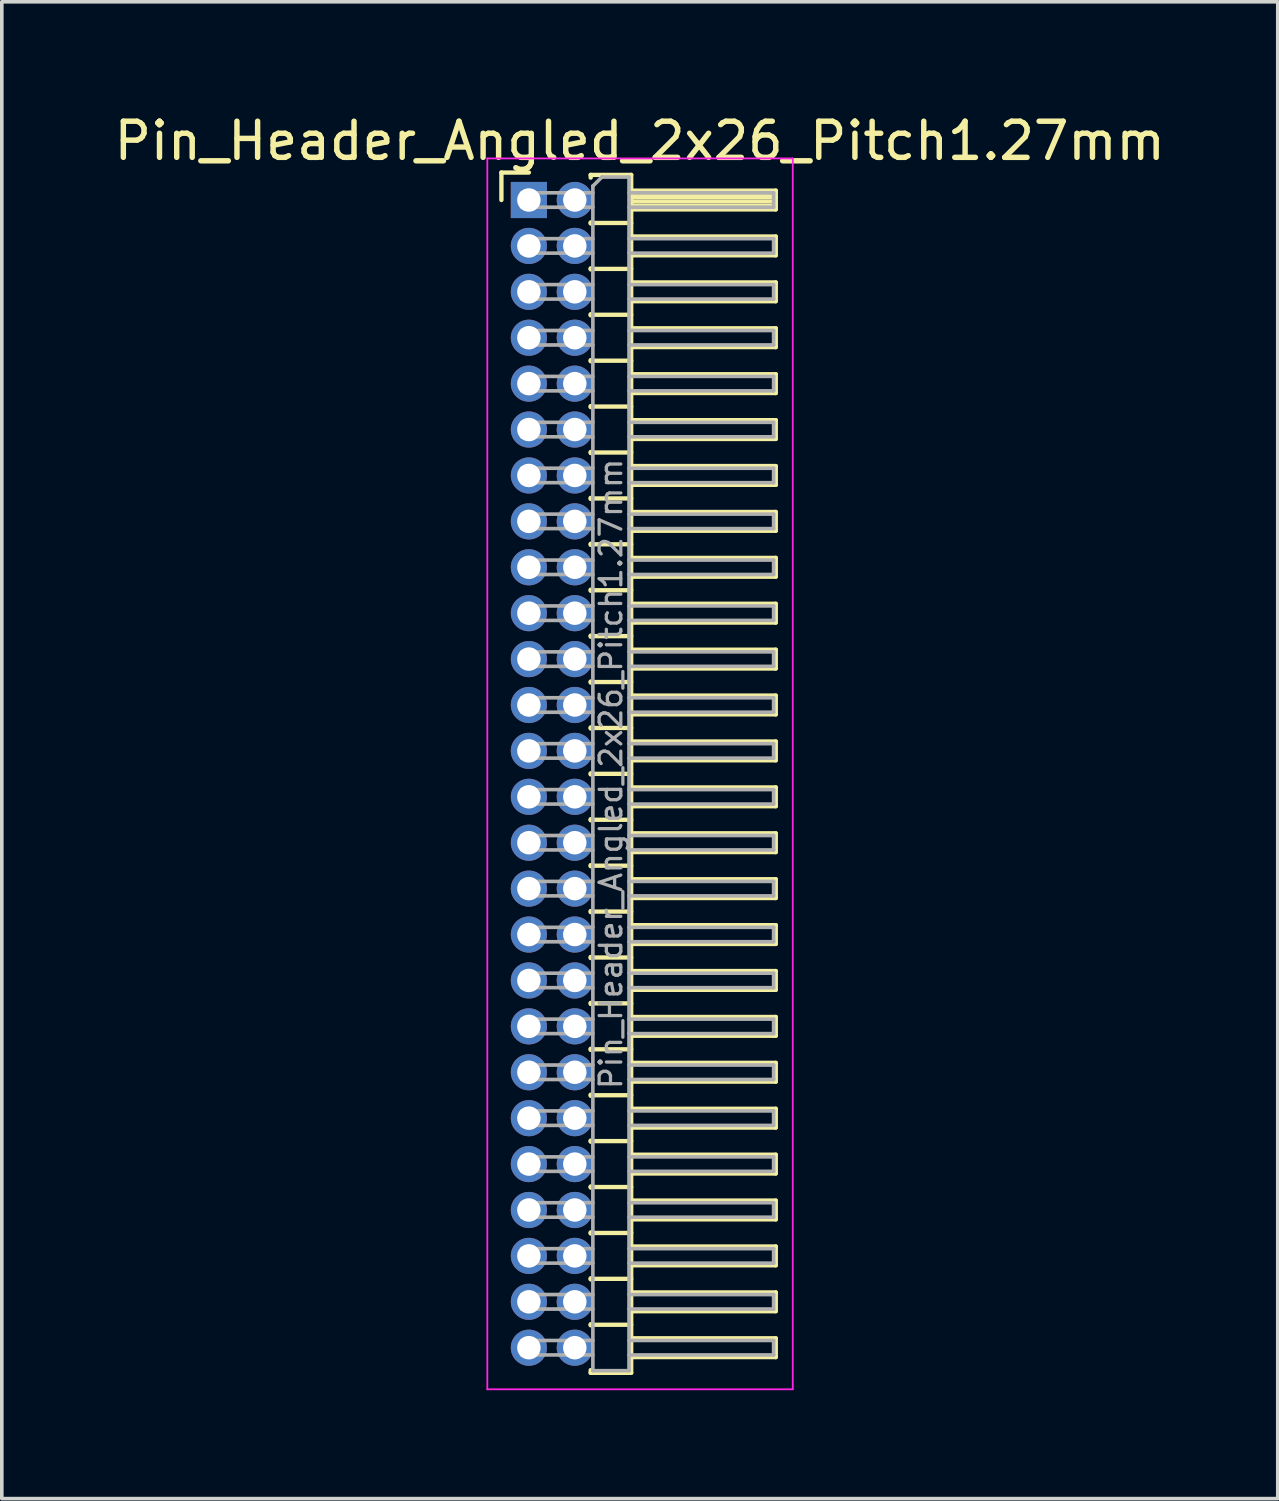
<source format=kicad_pcb>
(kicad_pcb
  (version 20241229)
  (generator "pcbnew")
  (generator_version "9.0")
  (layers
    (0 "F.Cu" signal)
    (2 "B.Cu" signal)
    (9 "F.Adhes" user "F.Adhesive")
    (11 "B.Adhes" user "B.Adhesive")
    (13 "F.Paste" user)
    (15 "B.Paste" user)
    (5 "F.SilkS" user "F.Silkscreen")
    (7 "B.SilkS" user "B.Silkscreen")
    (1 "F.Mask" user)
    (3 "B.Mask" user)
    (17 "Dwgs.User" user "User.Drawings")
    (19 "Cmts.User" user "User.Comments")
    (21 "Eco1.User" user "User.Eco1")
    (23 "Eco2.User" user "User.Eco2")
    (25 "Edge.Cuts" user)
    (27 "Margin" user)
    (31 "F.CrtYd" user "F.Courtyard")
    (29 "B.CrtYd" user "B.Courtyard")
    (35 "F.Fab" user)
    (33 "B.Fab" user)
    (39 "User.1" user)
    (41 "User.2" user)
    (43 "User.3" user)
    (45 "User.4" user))
  (footprint "Pin_Header_Angled_2x26_Pitch1.27mm"
    (layer "F.Cu")
    (at 11.581 2.483)
    (property "Reference" "Pin_Header_Angled_2x26_Pitch1.27mm" (at 3.067 -1.635 0) (layer "F.SilkS") (effects (font (size 1 1) (thickness 0.15))))
    (attr through_hole)
    (fp_line (start -0.76 -0.76) (end 0 -0.76) (stroke (width 0.12) (type solid)) (layer "F.SilkS"))
    (fp_line (start -0.76 0) (end -0.76 -0.76) (stroke (width 0.12) (type solid)) (layer "F.SilkS"))
    (fp_line (start 1.71 -0.695) (end 2.83 -0.695) (stroke (width 0.12) (type solid)) (layer "F.SilkS"))
    (fp_line (start 1.71 -0.62) (end 1.71 -0.695) (stroke (width 0.12) (type solid)) (layer "F.SilkS"))
    (fp_line (start 1.71 0.62) (end 1.71 0.65) (stroke (width 0.12) (type solid)) (layer "F.SilkS"))
    (fp_line (start 1.71 0.635) (end 2.83 0.635) (stroke (width 0.12) (type solid)) (layer "F.SilkS"))
    (fp_line (start 1.71 1.89) (end 1.71 1.92) (stroke (width 0.12) (type solid)) (layer "F.SilkS"))
    (fp_line (start 1.71 1.905) (end 2.83 1.905) (stroke (width 0.12) (type solid)) (layer "F.SilkS"))
    (fp_line (start 1.71 3.16) (end 1.71 3.19) (stroke (width 0.12) (type solid)) (layer "F.SilkS"))
    (fp_line (start 1.71 3.175) (end 2.83 3.175) (stroke (width 0.12) (type solid)) (layer "F.SilkS"))
    (fp_line (start 1.71 4.43) (end 1.71 4.46) (stroke (width 0.12) (type solid)) (layer "F.SilkS"))
    (fp_line (start 1.71 4.445) (end 2.83 4.445) (stroke (width 0.12) (type solid)) (layer "F.SilkS"))
    (fp_line (start 1.71 5.7) (end 1.71 5.73) (stroke (width 0.12) (type solid)) (layer "F.SilkS"))
    (fp_line (start 1.71 5.715) (end 2.83 5.715) (stroke (width 0.12) (type solid)) (layer "F.SilkS"))
    (fp_line (start 1.71 6.97) (end 1.71 7) (stroke (width 0.12) (type solid)) (layer "F.SilkS"))
    (fp_line (start 1.71 6.985) (end 2.83 6.985) (stroke (width 0.12) (type solid)) (layer "F.SilkS"))
    (fp_line (start 1.71 8.24) (end 1.71 8.27) (stroke (width 0.12) (type solid)) (layer "F.SilkS"))
    (fp_line (start 1.71 8.255) (end 2.83 8.255) (stroke (width 0.12) (type solid)) (layer "F.SilkS"))
    (fp_line (start 1.71 9.51) (end 1.71 9.54) (stroke (width 0.12) (type solid)) (layer "F.SilkS"))
    (fp_line (start 1.71 9.525) (end 2.83 9.525) (stroke (width 0.12) (type solid)) (layer "F.SilkS"))
    (fp_line (start 1.71 10.78) (end 1.71 10.81) (stroke (width 0.12) (type solid)) (layer "F.SilkS"))
    (fp_line (start 1.71 10.795) (end 2.83 10.795) (stroke (width 0.12) (type solid)) (layer "F.SilkS"))
    (fp_line (start 1.71 12.05) (end 1.71 12.08) (stroke (width 0.12) (type solid)) (layer "F.SilkS"))
    (fp_line (start 1.71 12.065) (end 2.83 12.065) (stroke (width 0.12) (type solid)) (layer "F.SilkS"))
    (fp_line (start 1.71 13.32) (end 1.71 13.35) (stroke (width 0.12) (type solid)) (layer "F.SilkS"))
    (fp_line (start 1.71 13.335) (end 2.83 13.335) (stroke (width 0.12) (type solid)) (layer "F.SilkS"))
    (fp_line (start 1.71 14.59) (end 1.71 14.62) (stroke (width 0.12) (type solid)) (layer "F.SilkS"))
    (fp_line (start 1.71 14.605) (end 2.83 14.605) (stroke (width 0.12) (type solid)) (layer "F.SilkS"))
    (fp_line (start 1.71 15.86) (end 1.71 15.89) (stroke (width 0.12) (type solid)) (layer "F.SilkS"))
    (fp_line (start 1.71 15.875) (end 2.83 15.875) (stroke (width 0.12) (type solid)) (layer "F.SilkS"))
    (fp_line (start 1.71 17.13) (end 1.71 17.16) (stroke (width 0.12) (type solid)) (layer "F.SilkS"))
    (fp_line (start 1.71 17.145) (end 2.83 17.145) (stroke (width 0.12) (type solid)) (layer "F.SilkS"))
    (fp_line (start 1.71 18.4) (end 1.71 18.43) (stroke (width 0.12) (type solid)) (layer "F.SilkS"))
    (fp_line (start 1.71 18.415) (end 2.83 18.415) (stroke (width 0.12) (type solid)) (layer "F.SilkS"))
    (fp_line (start 1.71 19.67) (end 1.71 19.7) (stroke (width 0.12) (type solid)) (layer "F.SilkS"))
    (fp_line (start 1.71 19.685) (end 2.83 19.685) (stroke (width 0.12) (type solid)) (layer "F.SilkS"))
    (fp_line (start 1.71 20.94) (end 1.71 20.97) (stroke (width 0.12) (type solid)) (layer "F.SilkS"))
    (fp_line (start 1.71 20.955) (end 2.83 20.955) (stroke (width 0.12) (type solid)) (layer "F.SilkS"))
    (fp_line (start 1.71 22.21) (end 1.71 22.24) (stroke (width 0.12) (type solid)) (layer "F.SilkS"))
    (fp_line (start 1.71 22.225) (end 2.83 22.225) (stroke (width 0.12) (type solid)) (layer "F.SilkS"))
    (fp_line (start 1.71 23.48) (end 1.71 23.51) (stroke (width 0.12) (type solid)) (layer "F.SilkS"))
    (fp_line (start 1.71 23.495) (end 2.83 23.495) (stroke (width 0.12) (type solid)) (layer "F.SilkS"))
    (fp_line (start 1.71 24.75) (end 1.71 24.78) (stroke (width 0.12) (type solid)) (layer "F.SilkS"))
    (fp_line (start 1.71 24.765) (end 2.83 24.765) (stroke (width 0.12) (type solid)) (layer "F.SilkS"))
    (fp_line (start 1.71 26.02) (end 1.71 26.05) (stroke (width 0.12) (type solid)) (layer "F.SilkS"))
    (fp_line (start 1.71 26.035) (end 2.83 26.035) (stroke (width 0.12) (type solid)) (layer "F.SilkS"))
    (fp_line (start 1.71 27.29) (end 1.71 27.32) (stroke (width 0.12) (type solid)) (layer "F.SilkS"))
    (fp_line (start 1.71 27.305) (end 2.83 27.305) (stroke (width 0.12) (type solid)) (layer "F.SilkS"))
    (fp_line (start 1.71 28.56) (end 1.71 28.59) (stroke (width 0.12) (type solid)) (layer "F.SilkS"))
    (fp_line (start 1.71 28.575) (end 2.83 28.575) (stroke (width 0.12) (type solid)) (layer "F.SilkS"))
    (fp_line (start 1.71 29.83) (end 1.71 29.86) (stroke (width 0.12) (type solid)) (layer "F.SilkS"))
    (fp_line (start 1.71 29.845) (end 2.83 29.845) (stroke (width 0.12) (type solid)) (layer "F.SilkS"))
    (fp_line (start 1.71 31.1) (end 1.71 31.13) (stroke (width 0.12) (type solid)) (layer "F.SilkS"))
    (fp_line (start 1.71 31.115) (end 2.83 31.115) (stroke (width 0.12) (type solid)) (layer "F.SilkS"))
    (fp_line (start 1.71 32.445) (end 1.71 32.37) (stroke (width 0.12) (type solid)) (layer "F.SilkS"))
    (fp_line (start 2.83 -0.695) (end 2.83 32.445) (stroke (width 0.12) (type solid)) (layer "F.SilkS"))
    (fp_line (start 2.83 -0.26) (end 6.83 -0.26) (stroke (width 0.12) (type solid)) (layer "F.SilkS"))
    (fp_line (start 2.83 -0.2) (end 6.83 -0.2) (stroke (width 0.12) (type solid)) (layer "F.SilkS"))
    (fp_line (start 2.83 -0.08) (end 6.83 -0.08) (stroke (width 0.12) (type solid)) (layer "F.SilkS"))
    (fp_line (start 2.83 0.04) (end 6.83 0.04) (stroke (width 0.12) (type solid)) (layer "F.SilkS"))
    (fp_line (start 2.83 0.16) (end 6.83 0.16) (stroke (width 0.12) (type solid)) (layer "F.SilkS"))
    (fp_line (start 2.83 1.01) (end 6.83 1.01) (stroke (width 0.12) (type solid)) (layer "F.SilkS"))
    (fp_line (start 2.83 2.28) (end 6.83 2.28) (stroke (width 0.12) (type solid)) (layer "F.SilkS"))
    (fp_line (start 2.83 3.55) (end 6.83 3.55) (stroke (width 0.12) (type solid)) (layer "F.SilkS"))
    (fp_line (start 2.83 4.82) (end 6.83 4.82) (stroke (width 0.12) (type solid)) (layer "F.SilkS"))
    (fp_line (start 2.83 6.09) (end 6.83 6.09) (stroke (width 0.12) (type solid)) (layer "F.SilkS"))
    (fp_line (start 2.83 7.36) (end 6.83 7.36) (stroke (width 0.12) (type solid)) (layer "F.SilkS"))
    (fp_line (start 2.83 8.63) (end 6.83 8.63) (stroke (width 0.12) (type solid)) (layer "F.SilkS"))
    (fp_line (start 2.83 9.9) (end 6.83 9.9) (stroke (width 0.12) (type solid)) (layer "F.SilkS"))
    (fp_line (start 2.83 11.17) (end 6.83 11.17) (stroke (width 0.12) (type solid)) (layer "F.SilkS"))
    (fp_line (start 2.83 12.44) (end 6.83 12.44) (stroke (width 0.12) (type solid)) (layer "F.SilkS"))
    (fp_line (start 2.83 13.71) (end 6.83 13.71) (stroke (width 0.12) (type solid)) (layer "F.SilkS"))
    (fp_line (start 2.83 14.98) (end 6.83 14.98) (stroke (width 0.12) (type solid)) (layer "F.SilkS"))
    (fp_line (start 2.83 16.25) (end 6.83 16.25) (stroke (width 0.12) (type solid)) (layer "F.SilkS"))
    (fp_line (start 2.83 17.52) (end 6.83 17.52) (stroke (width 0.12) (type solid)) (layer "F.SilkS"))
    (fp_line (start 2.83 18.79) (end 6.83 18.79) (stroke (width 0.12) (type solid)) (layer "F.SilkS"))
    (fp_line (start 2.83 20.06) (end 6.83 20.06) (stroke (width 0.12) (type solid)) (layer "F.SilkS"))
    (fp_line (start 2.83 21.33) (end 6.83 21.33) (stroke (width 0.12) (type solid)) (layer "F.SilkS"))
    (fp_line (start 2.83 22.6) (end 6.83 22.6) (stroke (width 0.12) (type solid)) (layer "F.SilkS"))
    (fp_line (start 2.83 23.87) (end 6.83 23.87) (stroke (width 0.12) (type solid)) (layer "F.SilkS"))
    (fp_line (start 2.83 25.14) (end 6.83 25.14) (stroke (width 0.12) (type solid)) (layer "F.SilkS"))
    (fp_line (start 2.83 26.41) (end 6.83 26.41) (stroke (width 0.12) (type solid)) (layer "F.SilkS"))
    (fp_line (start 2.83 27.68) (end 6.83 27.68) (stroke (width 0.12) (type solid)) (layer "F.SilkS"))
    (fp_line (start 2.83 28.95) (end 6.83 28.95) (stroke (width 0.12) (type solid)) (layer "F.SilkS"))
    (fp_line (start 2.83 30.22) (end 6.83 30.22) (stroke (width 0.12) (type solid)) (layer "F.SilkS"))
    (fp_line (start 2.83 31.49) (end 6.83 31.49) (stroke (width 0.12) (type solid)) (layer "F.SilkS"))
    (fp_line (start 2.83 32.445) (end 1.71 32.445) (stroke (width 0.12) (type solid)) (layer "F.SilkS"))
    (fp_line (start 6.83 -0.26) (end 6.83 0.26) (stroke (width 0.12) (type solid)) (layer "F.SilkS"))
    (fp_line (start 6.83 0.26) (end 2.83 0.26) (stroke (width 0.12) (type solid)) (layer "F.SilkS"))
    (fp_line (start 6.83 1.01) (end 6.83 1.53) (stroke (width 0.12) (type solid)) (layer "F.SilkS"))
    (fp_line (start 6.83 1.53) (end 2.83 1.53) (stroke (width 0.12) (type solid)) (layer "F.SilkS"))
    (fp_line (start 6.83 2.28) (end 6.83 2.8) (stroke (width 0.12) (type solid)) (layer "F.SilkS"))
    (fp_line (start 6.83 2.8) (end 2.83 2.8) (stroke (width 0.12) (type solid)) (layer "F.SilkS"))
    (fp_line (start 6.83 3.55) (end 6.83 4.07) (stroke (width 0.12) (type solid)) (layer "F.SilkS"))
    (fp_line (start 6.83 4.07) (end 2.83 4.07) (stroke (width 0.12) (type solid)) (layer "F.SilkS"))
    (fp_line (start 6.83 4.82) (end 6.83 5.34) (stroke (width 0.12) (type solid)) (layer "F.SilkS"))
    (fp_line (start 6.83 5.34) (end 2.83 5.34) (stroke (width 0.12) (type solid)) (layer "F.SilkS"))
    (fp_line (start 6.83 6.09) (end 6.83 6.61) (stroke (width 0.12) (type solid)) (layer "F.SilkS"))
    (fp_line (start 6.83 6.61) (end 2.83 6.61) (stroke (width 0.12) (type solid)) (layer "F.SilkS"))
    (fp_line (start 6.83 7.36) (end 6.83 7.88) (stroke (width 0.12) (type solid)) (layer "F.SilkS"))
    (fp_line (start 6.83 7.88) (end 2.83 7.88) (stroke (width 0.12) (type solid)) (layer "F.SilkS"))
    (fp_line (start 6.83 8.63) (end 6.83 9.15) (stroke (width 0.12) (type solid)) (layer "F.SilkS"))
    (fp_line (start 6.83 9.15) (end 2.83 9.15) (stroke (width 0.12) (type solid)) (layer "F.SilkS"))
    (fp_line (start 6.83 9.9) (end 6.83 10.42) (stroke (width 0.12) (type solid)) (layer "F.SilkS"))
    (fp_line (start 6.83 10.42) (end 2.83 10.42) (stroke (width 0.12) (type solid)) (layer "F.SilkS"))
    (fp_line (start 6.83 11.17) (end 6.83 11.69) (stroke (width 0.12) (type solid)) (layer "F.SilkS"))
    (fp_line (start 6.83 11.69) (end 2.83 11.69) (stroke (width 0.12) (type solid)) (layer "F.SilkS"))
    (fp_line (start 6.83 12.44) (end 6.83 12.96) (stroke (width 0.12) (type solid)) (layer "F.SilkS"))
    (fp_line (start 6.83 12.96) (end 2.83 12.96) (stroke (width 0.12) (type solid)) (layer "F.SilkS"))
    (fp_line (start 6.83 13.71) (end 6.83 14.23) (stroke (width 0.12) (type solid)) (layer "F.SilkS"))
    (fp_line (start 6.83 14.23) (end 2.83 14.23) (stroke (width 0.12) (type solid)) (layer "F.SilkS"))
    (fp_line (start 6.83 14.98) (end 6.83 15.5) (stroke (width 0.12) (type solid)) (layer "F.SilkS"))
    (fp_line (start 6.83 15.5) (end 2.83 15.5) (stroke (width 0.12) (type solid)) (layer "F.SilkS"))
    (fp_line (start 6.83 16.25) (end 6.83 16.77) (stroke (width 0.12) (type solid)) (layer "F.SilkS"))
    (fp_line (start 6.83 16.77) (end 2.83 16.77) (stroke (width 0.12) (type solid)) (layer "F.SilkS"))
    (fp_line (start 6.83 17.52) (end 6.83 18.04) (stroke (width 0.12) (type solid)) (layer "F.SilkS"))
    (fp_line (start 6.83 18.04) (end 2.83 18.04) (stroke (width 0.12) (type solid)) (layer "F.SilkS"))
    (fp_line (start 6.83 18.79) (end 6.83 19.31) (stroke (width 0.12) (type solid)) (layer "F.SilkS"))
    (fp_line (start 6.83 19.31) (end 2.83 19.31) (stroke (width 0.12) (type solid)) (layer "F.SilkS"))
    (fp_line (start 6.83 20.06) (end 6.83 20.58) (stroke (width 0.12) (type solid)) (layer "F.SilkS"))
    (fp_line (start 6.83 20.58) (end 2.83 20.58) (stroke (width 0.12) (type solid)) (layer "F.SilkS"))
    (fp_line (start 6.83 21.33) (end 6.83 21.85) (stroke (width 0.12) (type solid)) (layer "F.SilkS"))
    (fp_line (start 6.83 21.85) (end 2.83 21.85) (stroke (width 0.12) (type solid)) (layer "F.SilkS"))
    (fp_line (start 6.83 22.6) (end 6.83 23.12) (stroke (width 0.12) (type solid)) (layer "F.SilkS"))
    (fp_line (start 6.83 23.12) (end 2.83 23.12) (stroke (width 0.12) (type solid)) (layer "F.SilkS"))
    (fp_line (start 6.83 23.87) (end 6.83 24.39) (stroke (width 0.12) (type solid)) (layer "F.SilkS"))
    (fp_line (start 6.83 24.39) (end 2.83 24.39) (stroke (width 0.12) (type solid)) (layer "F.SilkS"))
    (fp_line (start 6.83 25.14) (end 6.83 25.66) (stroke (width 0.12) (type solid)) (layer "F.SilkS"))
    (fp_line (start 6.83 25.66) (end 2.83 25.66) (stroke (width 0.12) (type solid)) (layer "F.SilkS"))
    (fp_line (start 6.83 26.41) (end 6.83 26.93) (stroke (width 0.12) (type solid)) (layer "F.SilkS"))
    (fp_line (start 6.83 26.93) (end 2.83 26.93) (stroke (width 0.12) (type solid)) (layer "F.SilkS"))
    (fp_line (start 6.83 27.68) (end 6.83 28.2) (stroke (width 0.12) (type solid)) (layer "F.SilkS"))
    (fp_line (start 6.83 28.2) (end 2.83 28.2) (stroke (width 0.12) (type solid)) (layer "F.SilkS"))
    (fp_line (start 6.83 28.95) (end 6.83 29.47) (stroke (width 0.12) (type solid)) (layer "F.SilkS"))
    (fp_line (start 6.83 29.47) (end 2.83 29.47) (stroke (width 0.12) (type solid)) (layer "F.SilkS"))
    (fp_line (start 6.83 30.22) (end 6.83 30.74) (stroke (width 0.12) (type solid)) (layer "F.SilkS"))
    (fp_line (start 6.83 30.74) (end 2.83 30.74) (stroke (width 0.12) (type solid)) (layer "F.SilkS"))
    (fp_line (start 6.83 31.49) (end 6.83 32.01) (stroke (width 0.12) (type solid)) (layer "F.SilkS"))
    (fp_line (start 6.83 32.01) (end 2.83 32.01) (stroke (width 0.12) (type solid)) (layer "F.SilkS"))
    (fp_line (start -1.15 -1.15) (end -1.15 32.9) (stroke (width 0.05) (type solid)) (layer "F.CrtYd"))
    (fp_line (start -1.15 32.9) (end 7.3 32.9) (stroke (width 0.05) (type solid)) (layer "F.CrtYd"))
    (fp_line (start 7.3 -1.15) (end -1.15 -1.15) (stroke (width 0.05) (type solid)) (layer "F.CrtYd"))
    (fp_line (start 7.3 32.9) (end 7.3 -1.15) (stroke (width 0.05) (type solid)) (layer "F.CrtYd"))
    (fp_line (start -0.2 -0.2) (end -0.2 0.2) (stroke (width 0.1) (type solid)) (layer "F.Fab"))
    (fp_line (start -0.2 -0.2) (end 1.77 -0.2) (stroke (width 0.1) (type solid)) (layer "F.Fab"))
    (fp_line (start -0.2 0.2) (end 1.77 0.2) (stroke (width 0.1) (type solid)) (layer "F.Fab"))
    (fp_line (start -0.2 1.07) (end -0.2 1.47) (stroke (width 0.1) (type solid)) (layer "F.Fab"))
    (fp_line (start -0.2 1.07) (end 1.77 1.07) (stroke (width 0.1) (type solid)) (layer "F.Fab"))
    (fp_line (start -0.2 1.47) (end 1.77 1.47) (stroke (width 0.1) (type solid)) (layer "F.Fab"))
    (fp_line (start -0.2 2.34) (end -0.2 2.74) (stroke (width 0.1) (type solid)) (layer "F.Fab"))
    (fp_line (start -0.2 2.34) (end 1.77 2.34) (stroke (width 0.1) (type solid)) (layer "F.Fab"))
    (fp_line (start -0.2 2.74) (end 1.77 2.74) (stroke (width 0.1) (type solid)) (layer "F.Fab"))
    (fp_line (start -0.2 3.61) (end -0.2 4.01) (stroke (width 0.1) (type solid)) (layer "F.Fab"))
    (fp_line (start -0.2 3.61) (end 1.77 3.61) (stroke (width 0.1) (type solid)) (layer "F.Fab"))
    (fp_line (start -0.2 4.01) (end 1.77 4.01) (stroke (width 0.1) (type solid)) (layer "F.Fab"))
    (fp_line (start -0.2 4.88) (end -0.2 5.28) (stroke (width 0.1) (type solid)) (layer "F.Fab"))
    (fp_line (start -0.2 4.88) (end 1.77 4.88) (stroke (width 0.1) (type solid)) (layer "F.Fab"))
    (fp_line (start -0.2 5.28) (end 1.77 5.28) (stroke (width 0.1) (type solid)) (layer "F.Fab"))
    (fp_line (start -0.2 6.15) (end -0.2 6.55) (stroke (width 0.1) (type solid)) (layer "F.Fab"))
    (fp_line (start -0.2 6.15) (end 1.77 6.15) (stroke (width 0.1) (type solid)) (layer "F.Fab"))
    (fp_line (start -0.2 6.55) (end 1.77 6.55) (stroke (width 0.1) (type solid)) (layer "F.Fab"))
    (fp_line (start -0.2 7.42) (end -0.2 7.82) (stroke (width 0.1) (type solid)) (layer "F.Fab"))
    (fp_line (start -0.2 7.42) (end 1.77 7.42) (stroke (width 0.1) (type solid)) (layer "F.Fab"))
    (fp_line (start -0.2 7.82) (end 1.77 7.82) (stroke (width 0.1) (type solid)) (layer "F.Fab"))
    (fp_line (start -0.2 8.69) (end -0.2 9.09) (stroke (width 0.1) (type solid)) (layer "F.Fab"))
    (fp_line (start -0.2 8.69) (end 1.77 8.69) (stroke (width 0.1) (type solid)) (layer "F.Fab"))
    (fp_line (start -0.2 9.09) (end 1.77 9.09) (stroke (width 0.1) (type solid)) (layer "F.Fab"))
    (fp_line (start -0.2 9.96) (end -0.2 10.36) (stroke (width 0.1) (type solid)) (layer "F.Fab"))
    (fp_line (start -0.2 9.96) (end 1.77 9.96) (stroke (width 0.1) (type solid)) (layer "F.Fab"))
    (fp_line (start -0.2 10.36) (end 1.77 10.36) (stroke (width 0.1) (type solid)) (layer "F.Fab"))
    (fp_line (start -0.2 11.23) (end -0.2 11.63) (stroke (width 0.1) (type solid)) (layer "F.Fab"))
    (fp_line (start -0.2 11.23) (end 1.77 11.23) (stroke (width 0.1) (type solid)) (layer "F.Fab"))
    (fp_line (start -0.2 11.63) (end 1.77 11.63) (stroke (width 0.1) (type solid)) (layer "F.Fab"))
    (fp_line (start -0.2 12.5) (end -0.2 12.9) (stroke (width 0.1) (type solid)) (layer "F.Fab"))
    (fp_line (start -0.2 12.5) (end 1.77 12.5) (stroke (width 0.1) (type solid)) (layer "F.Fab"))
    (fp_line (start -0.2 12.9) (end 1.77 12.9) (stroke (width 0.1) (type solid)) (layer "F.Fab"))
    (fp_line (start -0.2 13.77) (end -0.2 14.17) (stroke (width 0.1) (type solid)) (layer "F.Fab"))
    (fp_line (start -0.2 13.77) (end 1.77 13.77) (stroke (width 0.1) (type solid)) (layer "F.Fab"))
    (fp_line (start -0.2 14.17) (end 1.77 14.17) (stroke (width 0.1) (type solid)) (layer "F.Fab"))
    (fp_line (start -0.2 15.04) (end -0.2 15.44) (stroke (width 0.1) (type solid)) (layer "F.Fab"))
    (fp_line (start -0.2 15.04) (end 1.77 15.04) (stroke (width 0.1) (type solid)) (layer "F.Fab"))
    (fp_line (start -0.2 15.44) (end 1.77 15.44) (stroke (width 0.1) (type solid)) (layer "F.Fab"))
    (fp_line (start -0.2 16.31) (end -0.2 16.71) (stroke (width 0.1) (type solid)) (layer "F.Fab"))
    (fp_line (start -0.2 16.31) (end 1.77 16.31) (stroke (width 0.1) (type solid)) (layer "F.Fab"))
    (fp_line (start -0.2 16.71) (end 1.77 16.71) (stroke (width 0.1) (type solid)) (layer "F.Fab"))
    (fp_line (start -0.2 17.58) (end -0.2 17.98) (stroke (width 0.1) (type solid)) (layer "F.Fab"))
    (fp_line (start -0.2 17.58) (end 1.77 17.58) (stroke (width 0.1) (type solid)) (layer "F.Fab"))
    (fp_line (start -0.2 17.98) (end 1.77 17.98) (stroke (width 0.1) (type solid)) (layer "F.Fab"))
    (fp_line (start -0.2 18.85) (end -0.2 19.25) (stroke (width 0.1) (type solid)) (layer "F.Fab"))
    (fp_line (start -0.2 18.85) (end 1.77 18.85) (stroke (width 0.1) (type solid)) (layer "F.Fab"))
    (fp_line (start -0.2 19.25) (end 1.77 19.25) (stroke (width 0.1) (type solid)) (layer "F.Fab"))
    (fp_line (start -0.2 20.12) (end -0.2 20.52) (stroke (width 0.1) (type solid)) (layer "F.Fab"))
    (fp_line (start -0.2 20.12) (end 1.77 20.12) (stroke (width 0.1) (type solid)) (layer "F.Fab"))
    (fp_line (start -0.2 20.52) (end 1.77 20.52) (stroke (width 0.1) (type solid)) (layer "F.Fab"))
    (fp_line (start -0.2 21.39) (end -0.2 21.79) (stroke (width 0.1) (type solid)) (layer "F.Fab"))
    (fp_line (start -0.2 21.39) (end 1.77 21.39) (stroke (width 0.1) (type solid)) (layer "F.Fab"))
    (fp_line (start -0.2 21.79) (end 1.77 21.79) (stroke (width 0.1) (type solid)) (layer "F.Fab"))
    (fp_line (start -0.2 22.66) (end -0.2 23.06) (stroke (width 0.1) (type solid)) (layer "F.Fab"))
    (fp_line (start -0.2 22.66) (end 1.77 22.66) (stroke (width 0.1) (type solid)) (layer "F.Fab"))
    (fp_line (start -0.2 23.06) (end 1.77 23.06) (stroke (width 0.1) (type solid)) (layer "F.Fab"))
    (fp_line (start -0.2 23.93) (end -0.2 24.33) (stroke (width 0.1) (type solid)) (layer "F.Fab"))
    (fp_line (start -0.2 23.93) (end 1.77 23.93) (stroke (width 0.1) (type solid)) (layer "F.Fab"))
    (fp_line (start -0.2 24.33) (end 1.77 24.33) (stroke (width 0.1) (type solid)) (layer "F.Fab"))
    (fp_line (start -0.2 25.2) (end -0.2 25.6) (stroke (width 0.1) (type solid)) (layer "F.Fab"))
    (fp_line (start -0.2 25.2) (end 1.77 25.2) (stroke (width 0.1) (type solid)) (layer "F.Fab"))
    (fp_line (start -0.2 25.6) (end 1.77 25.6) (stroke (width 0.1) (type solid)) (layer "F.Fab"))
    (fp_line (start -0.2 26.47) (end -0.2 26.87) (stroke (width 0.1) (type solid)) (layer "F.Fab"))
    (fp_line (start -0.2 26.47) (end 1.77 26.47) (stroke (width 0.1) (type solid)) (layer "F.Fab"))
    (fp_line (start -0.2 26.87) (end 1.77 26.87) (stroke (width 0.1) (type solid)) (layer "F.Fab"))
    (fp_line (start -0.2 27.74) (end -0.2 28.14) (stroke (width 0.1) (type solid)) (layer "F.Fab"))
    (fp_line (start -0.2 27.74) (end 1.77 27.74) (stroke (width 0.1) (type solid)) (layer "F.Fab"))
    (fp_line (start -0.2 28.14) (end 1.77 28.14) (stroke (width 0.1) (type solid)) (layer "F.Fab"))
    (fp_line (start -0.2 29.01) (end -0.2 29.41) (stroke (width 0.1) (type solid)) (layer "F.Fab"))
    (fp_line (start -0.2 29.01) (end 1.77 29.01) (stroke (width 0.1) (type solid)) (layer "F.Fab"))
    (fp_line (start -0.2 29.41) (end 1.77 29.41) (stroke (width 0.1) (type solid)) (layer "F.Fab"))
    (fp_line (start -0.2 30.28) (end -0.2 30.68) (stroke (width 0.1) (type solid)) (layer "F.Fab"))
    (fp_line (start -0.2 30.28) (end 1.77 30.28) (stroke (width 0.1) (type solid)) (layer "F.Fab"))
    (fp_line (start -0.2 30.68) (end 1.77 30.68) (stroke (width 0.1) (type solid)) (layer "F.Fab"))
    (fp_line (start -0.2 31.55) (end -0.2 31.95) (stroke (width 0.1) (type solid)) (layer "F.Fab"))
    (fp_line (start -0.2 31.55) (end 1.77 31.55) (stroke (width 0.1) (type solid)) (layer "F.Fab"))
    (fp_line (start -0.2 31.95) (end 1.77 31.95) (stroke (width 0.1) (type solid)) (layer "F.Fab"))
    (fp_line (start 1.77 -0.385) (end 2.02 -0.635) (stroke (width 0.1) (type solid)) (layer "F.Fab"))
    (fp_line (start 1.77 32.385) (end 1.77 -0.385) (stroke (width 0.1) (type solid)) (layer "F.Fab"))
    (fp_line (start 2.02 -0.635) (end 2.77 -0.635) (stroke (width 0.1) (type solid)) (layer "F.Fab"))
    (fp_line (start 2.77 -0.635) (end 2.77 32.385) (stroke (width 0.1) (type solid)) (layer "F.Fab"))
    (fp_line (start 2.77 -0.2) (end 6.77 -0.2) (stroke (width 0.1) (type solid)) (layer "F.Fab"))
    (fp_line (start 2.77 0.2) (end 6.77 0.2) (stroke (width 0.1) (type solid)) (layer "F.Fab"))
    (fp_line (start 2.77 1.07) (end 6.77 1.07) (stroke (width 0.1) (type solid)) (layer "F.Fab"))
    (fp_line (start 2.77 1.47) (end 6.77 1.47) (stroke (width 0.1) (type solid)) (layer "F.Fab"))
    (fp_line (start 2.77 2.34) (end 6.77 2.34) (stroke (width 0.1) (type solid)) (layer "F.Fab"))
    (fp_line (start 2.77 2.74) (end 6.77 2.74) (stroke (width 0.1) (type solid)) (layer "F.Fab"))
    (fp_line (start 2.77 3.61) (end 6.77 3.61) (stroke (width 0.1) (type solid)) (layer "F.Fab"))
    (fp_line (start 2.77 4.01) (end 6.77 4.01) (stroke (width 0.1) (type solid)) (layer "F.Fab"))
    (fp_line (start 2.77 4.88) (end 6.77 4.88) (stroke (width 0.1) (type solid)) (layer "F.Fab"))
    (fp_line (start 2.77 5.28) (end 6.77 5.28) (stroke (width 0.1) (type solid)) (layer "F.Fab"))
    (fp_line (start 2.77 6.15) (end 6.77 6.15) (stroke (width 0.1) (type solid)) (layer "F.Fab"))
    (fp_line (start 2.77 6.55) (end 6.77 6.55) (stroke (width 0.1) (type solid)) (layer "F.Fab"))
    (fp_line (start 2.77 7.42) (end 6.77 7.42) (stroke (width 0.1) (type solid)) (layer "F.Fab"))
    (fp_line (start 2.77 7.82) (end 6.77 7.82) (stroke (width 0.1) (type solid)) (layer "F.Fab"))
    (fp_line (start 2.77 8.69) (end 6.77 8.69) (stroke (width 0.1) (type solid)) (layer "F.Fab"))
    (fp_line (start 2.77 9.09) (end 6.77 9.09) (stroke (width 0.1) (type solid)) (layer "F.Fab"))
    (fp_line (start 2.77 9.96) (end 6.77 9.96) (stroke (width 0.1) (type solid)) (layer "F.Fab"))
    (fp_line (start 2.77 10.36) (end 6.77 10.36) (stroke (width 0.1) (type solid)) (layer "F.Fab"))
    (fp_line (start 2.77 11.23) (end 6.77 11.23) (stroke (width 0.1) (type solid)) (layer "F.Fab"))
    (fp_line (start 2.77 11.63) (end 6.77 11.63) (stroke (width 0.1) (type solid)) (layer "F.Fab"))
    (fp_line (start 2.77 12.5) (end 6.77 12.5) (stroke (width 0.1) (type solid)) (layer "F.Fab"))
    (fp_line (start 2.77 12.9) (end 6.77 12.9) (stroke (width 0.1) (type solid)) (layer "F.Fab"))
    (fp_line (start 2.77 13.77) (end 6.77 13.77) (stroke (width 0.1) (type solid)) (layer "F.Fab"))
    (fp_line (start 2.77 14.17) (end 6.77 14.17) (stroke (width 0.1) (type solid)) (layer "F.Fab"))
    (fp_line (start 2.77 15.04) (end 6.77 15.04) (stroke (width 0.1) (type solid)) (layer "F.Fab"))
    (fp_line (start 2.77 15.44) (end 6.77 15.44) (stroke (width 0.1) (type solid)) (layer "F.Fab"))
    (fp_line (start 2.77 16.31) (end 6.77 16.31) (stroke (width 0.1) (type solid)) (layer "F.Fab"))
    (fp_line (start 2.77 16.71) (end 6.77 16.71) (stroke (width 0.1) (type solid)) (layer "F.Fab"))
    (fp_line (start 2.77 17.58) (end 6.77 17.58) (stroke (width 0.1) (type solid)) (layer "F.Fab"))
    (fp_line (start 2.77 17.98) (end 6.77 17.98) (stroke (width 0.1) (type solid)) (layer "F.Fab"))
    (fp_line (start 2.77 18.85) (end 6.77 18.85) (stroke (width 0.1) (type solid)) (layer "F.Fab"))
    (fp_line (start 2.77 19.25) (end 6.77 19.25) (stroke (width 0.1) (type solid)) (layer "F.Fab"))
    (fp_line (start 2.77 20.12) (end 6.77 20.12) (stroke (width 0.1) (type solid)) (layer "F.Fab"))
    (fp_line (start 2.77 20.52) (end 6.77 20.52) (stroke (width 0.1) (type solid)) (layer "F.Fab"))
    (fp_line (start 2.77 21.39) (end 6.77 21.39) (stroke (width 0.1) (type solid)) (layer "F.Fab"))
    (fp_line (start 2.77 21.79) (end 6.77 21.79) (stroke (width 0.1) (type solid)) (layer "F.Fab"))
    (fp_line (start 2.77 22.66) (end 6.77 22.66) (stroke (width 0.1) (type solid)) (layer "F.Fab"))
    (fp_line (start 2.77 23.06) (end 6.77 23.06) (stroke (width 0.1) (type solid)) (layer "F.Fab"))
    (fp_line (start 2.77 23.93) (end 6.77 23.93) (stroke (width 0.1) (type solid)) (layer "F.Fab"))
    (fp_line (start 2.77 24.33) (end 6.77 24.33) (stroke (width 0.1) (type solid)) (layer "F.Fab"))
    (fp_line (start 2.77 25.2) (end 6.77 25.2) (stroke (width 0.1) (type solid)) (layer "F.Fab"))
    (fp_line (start 2.77 25.6) (end 6.77 25.6) (stroke (width 0.1) (type solid)) (layer "F.Fab"))
    (fp_line (start 2.77 26.47) (end 6.77 26.47) (stroke (width 0.1) (type solid)) (layer "F.Fab"))
    (fp_line (start 2.77 26.87) (end 6.77 26.87) (stroke (width 0.1) (type solid)) (layer "F.Fab"))
    (fp_line (start 2.77 27.74) (end 6.77 27.74) (stroke (width 0.1) (type solid)) (layer "F.Fab"))
    (fp_line (start 2.77 28.14) (end 6.77 28.14) (stroke (width 0.1) (type solid)) (layer "F.Fab"))
    (fp_line (start 2.77 29.01) (end 6.77 29.01) (stroke (width 0.1) (type solid)) (layer "F.Fab"))
    (fp_line (start 2.77 29.41) (end 6.77 29.41) (stroke (width 0.1) (type solid)) (layer "F.Fab"))
    (fp_line (start 2.77 30.28) (end 6.77 30.28) (stroke (width 0.1) (type solid)) (layer "F.Fab"))
    (fp_line (start 2.77 30.68) (end 6.77 30.68) (stroke (width 0.1) (type solid)) (layer "F.Fab"))
    (fp_line (start 2.77 31.55) (end 6.77 31.55) (stroke (width 0.1) (type solid)) (layer "F.Fab"))
    (fp_line (start 2.77 31.95) (end 6.77 31.95) (stroke (width 0.1) (type solid)) (layer "F.Fab"))
    (fp_line (start 2.77 32.385) (end 1.77 32.385) (stroke (width 0.1) (type solid)) (layer "F.Fab"))
    (fp_line (start 6.77 -0.2) (end 6.77 0.2) (stroke (width 0.1) (type solid)) (layer "F.Fab"))
    (fp_line (start 6.77 1.07) (end 6.77 1.47) (stroke (width 0.1) (type solid)) (layer "F.Fab"))
    (fp_line (start 6.77 2.34) (end 6.77 2.74) (stroke (width 0.1) (type solid)) (layer "F.Fab"))
    (fp_line (start 6.77 3.61) (end 6.77 4.01) (stroke (width 0.1) (type solid)) (layer "F.Fab"))
    (fp_line (start 6.77 4.88) (end 6.77 5.28) (stroke (width 0.1) (type solid)) (layer "F.Fab"))
    (fp_line (start 6.77 6.15) (end 6.77 6.55) (stroke (width 0.1) (type solid)) (layer "F.Fab"))
    (fp_line (start 6.77 7.42) (end 6.77 7.82) (stroke (width 0.1) (type solid)) (layer "F.Fab"))
    (fp_line (start 6.77 8.69) (end 6.77 9.09) (stroke (width 0.1) (type solid)) (layer "F.Fab"))
    (fp_line (start 6.77 9.96) (end 6.77 10.36) (stroke (width 0.1) (type solid)) (layer "F.Fab"))
    (fp_line (start 6.77 11.23) (end 6.77 11.63) (stroke (width 0.1) (type solid)) (layer "F.Fab"))
    (fp_line (start 6.77 12.5) (end 6.77 12.9) (stroke (width 0.1) (type solid)) (layer "F.Fab"))
    (fp_line (start 6.77 13.77) (end 6.77 14.17) (stroke (width 0.1) (type solid)) (layer "F.Fab"))
    (fp_line (start 6.77 15.04) (end 6.77 15.44) (stroke (width 0.1) (type solid)) (layer "F.Fab"))
    (fp_line (start 6.77 16.31) (end 6.77 16.71) (stroke (width 0.1) (type solid)) (layer "F.Fab"))
    (fp_line (start 6.77 17.58) (end 6.77 17.98) (stroke (width 0.1) (type solid)) (layer "F.Fab"))
    (fp_line (start 6.77 18.85) (end 6.77 19.25) (stroke (width 0.1) (type solid)) (layer "F.Fab"))
    (fp_line (start 6.77 20.12) (end 6.77 20.52) (stroke (width 0.1) (type solid)) (layer "F.Fab"))
    (fp_line (start 6.77 21.39) (end 6.77 21.79) (stroke (width 0.1) (type solid)) (layer "F.Fab"))
    (fp_line (start 6.77 22.66) (end 6.77 23.06) (stroke (width 0.1) (type solid)) (layer "F.Fab"))
    (fp_line (start 6.77 23.93) (end 6.77 24.33) (stroke (width 0.1) (type solid)) (layer "F.Fab"))
    (fp_line (start 6.77 25.2) (end 6.77 25.6) (stroke (width 0.1) (type solid)) (layer "F.Fab"))
    (fp_line (start 6.77 26.47) (end 6.77 26.87) (stroke (width 0.1) (type solid)) (layer "F.Fab"))
    (fp_line (start 6.77 27.74) (end 6.77 28.14) (stroke (width 0.1) (type solid)) (layer "F.Fab"))
    (fp_line (start 6.77 29.01) (end 6.77 29.41) (stroke (width 0.1) (type solid)) (layer "F.Fab"))
    (fp_line (start 6.77 30.28) (end 6.77 30.68) (stroke (width 0.1) (type solid)) (layer "F.Fab"))
    (fp_line (start 6.77 31.55) (end 6.77 31.95) (stroke (width 0.1) (type solid)) (layer "F.Fab"))
    (fp_text user "${REFERENCE}" (at 2.27 15.875 90) (layer "F.Fab") (effects (font (size 0.6 0.6) (thickness 0.09))))
    (pad "1" thru_hole rect (at 0 0) (size 1 1) (drill 0.65) (layers "*.Cu" "*.Mask"))
    (pad "2" thru_hole oval (at 1.27 0) (size 1 1) (drill 0.65) (layers "*.Cu" "*.Mask"))
    (pad "3" thru_hole oval (at 0 1.27) (size 1 1) (drill 0.65) (layers "*.Cu" "*.Mask"))
    (pad "4" thru_hole oval (at 1.27 1.27) (size 1 1) (drill 0.65) (layers "*.Cu" "*.Mask"))
    (pad "5" thru_hole oval (at 0 2.54) (size 1 1) (drill 0.65) (layers "*.Cu" "*.Mask"))
    (pad "6" thru_hole oval (at 1.27 2.54) (size 1 1) (drill 0.65) (layers "*.Cu" "*.Mask"))
    (pad "7" thru_hole oval (at 0 3.81) (size 1 1) (drill 0.65) (layers "*.Cu" "*.Mask"))
    (pad "8" thru_hole oval (at 1.27 3.81) (size 1 1) (drill 0.65) (layers "*.Cu" "*.Mask"))
    (pad "9" thru_hole oval (at 0 5.08) (size 1 1) (drill 0.65) (layers "*.Cu" "*.Mask"))
    (pad "10" thru_hole oval (at 1.27 5.08) (size 1 1) (drill 0.65) (layers "*.Cu" "*.Mask"))
    (pad "11" thru_hole oval (at 0 6.35) (size 1 1) (drill 0.65) (layers "*.Cu" "*.Mask"))
    (pad "12" thru_hole oval (at 1.27 6.35) (size 1 1) (drill 0.65) (layers "*.Cu" "*.Mask"))
    (pad "13" thru_hole oval (at 0 7.62) (size 1 1) (drill 0.65) (layers "*.Cu" "*.Mask"))
    (pad "14" thru_hole oval (at 1.27 7.62) (size 1 1) (drill 0.65) (layers "*.Cu" "*.Mask"))
    (pad "15" thru_hole oval (at 0 8.89) (size 1 1) (drill 0.65) (layers "*.Cu" "*.Mask"))
    (pad "16" thru_hole oval (at 1.27 8.89) (size 1 1) (drill 0.65) (layers "*.Cu" "*.Mask"))
    (pad "17" thru_hole oval (at 0 10.16) (size 1 1) (drill 0.65) (layers "*.Cu" "*.Mask"))
    (pad "18" thru_hole oval (at 1.27 10.16) (size 1 1) (drill 0.65) (layers "*.Cu" "*.Mask"))
    (pad "19" thru_hole oval (at 0 11.43) (size 1 1) (drill 0.65) (layers "*.Cu" "*.Mask"))
    (pad "20" thru_hole oval (at 1.27 11.43) (size 1 1) (drill 0.65) (layers "*.Cu" "*.Mask"))
    (pad "21" thru_hole oval (at 0 12.7) (size 1 1) (drill 0.65) (layers "*.Cu" "*.Mask"))
    (pad "22" thru_hole oval (at 1.27 12.7) (size 1 1) (drill 0.65) (layers "*.Cu" "*.Mask"))
    (pad "23" thru_hole oval (at 0 13.97) (size 1 1) (drill 0.65) (layers "*.Cu" "*.Mask"))
    (pad "24" thru_hole oval (at 1.27 13.97) (size 1 1) (drill 0.65) (layers "*.Cu" "*.Mask"))
    (pad "25" thru_hole oval (at 0 15.24) (size 1 1) (drill 0.65) (layers "*.Cu" "*.Mask"))
    (pad "26" thru_hole oval (at 1.27 15.24) (size 1 1) (drill 0.65) (layers "*.Cu" "*.Mask"))
    (pad "27" thru_hole oval (at 0 16.51) (size 1 1) (drill 0.65) (layers "*.Cu" "*.Mask"))
    (pad "28" thru_hole oval (at 1.27 16.51) (size 1 1) (drill 0.65) (layers "*.Cu" "*.Mask"))
    (pad "29" thru_hole oval (at 0 17.78) (size 1 1) (drill 0.65) (layers "*.Cu" "*.Mask"))
    (pad "30" thru_hole oval (at 1.27 17.78) (size 1 1) (drill 0.65) (layers "*.Cu" "*.Mask"))
    (pad "31" thru_hole oval (at 0 19.05) (size 1 1) (drill 0.65) (layers "*.Cu" "*.Mask"))
    (pad "32" thru_hole oval (at 1.27 19.05) (size 1 1) (drill 0.65) (layers "*.Cu" "*.Mask"))
    (pad "33" thru_hole oval (at 0 20.32) (size 1 1) (drill 0.65) (layers "*.Cu" "*.Mask"))
    (pad "34" thru_hole oval (at 1.27 20.32) (size 1 1) (drill 0.65) (layers "*.Cu" "*.Mask"))
    (pad "35" thru_hole oval (at 0 21.59) (size 1 1) (drill 0.65) (layers "*.Cu" "*.Mask"))
    (pad "36" thru_hole oval (at 1.27 21.59) (size 1 1) (drill 0.65) (layers "*.Cu" "*.Mask"))
    (pad "37" thru_hole oval (at 0 22.86) (size 1 1) (drill 0.65) (layers "*.Cu" "*.Mask"))
    (pad "38" thru_hole oval (at 1.27 22.86) (size 1 1) (drill 0.65) (layers "*.Cu" "*.Mask"))
    (pad "39" thru_hole oval (at 0 24.13) (size 1 1) (drill 0.65) (layers "*.Cu" "*.Mask"))
    (pad "40" thru_hole oval (at 1.27 24.13) (size 1 1) (drill 0.65) (layers "*.Cu" "*.Mask"))
    (pad "41" thru_hole oval (at 0 25.4) (size 1 1) (drill 0.65) (layers "*.Cu" "*.Mask"))
    (pad "42" thru_hole oval (at 1.27 25.4) (size 1 1) (drill 0.65) (layers "*.Cu" "*.Mask"))
    (pad "43" thru_hole oval (at 0 26.67) (size 1 1) (drill 0.65) (layers "*.Cu" "*.Mask"))
    (pad "44" thru_hole oval (at 1.27 26.67) (size 1 1) (drill 0.65) (layers "*.Cu" "*.Mask"))
    (pad "45" thru_hole oval (at 0 27.94) (size 1 1) (drill 0.65) (layers "*.Cu" "*.Mask"))
    (pad "46" thru_hole oval (at 1.27 27.94) (size 1 1) (drill 0.65) (layers "*.Cu" "*.Mask"))
    (pad "47" thru_hole oval (at 0 29.21) (size 1 1) (drill 0.65) (layers "*.Cu" "*.Mask"))
    (pad "48" thru_hole oval (at 1.27 29.21) (size 1 1) (drill 0.65) (layers "*.Cu" "*.Mask"))
    (pad "49" thru_hole oval (at 0 30.48) (size 1 1) (drill 0.65) (layers "*.Cu" "*.Mask"))
    (pad "50" thru_hole oval (at 1.27 30.48) (size 1 1) (drill 0.65) (layers "*.Cu" "*.Mask"))
    (pad "51" thru_hole oval (at 0 31.75) (size 1 1) (drill 0.65) (layers "*.Cu" "*.Mask"))
    (pad "52" thru_hole oval (at 1.27 31.75) (size 1 1) (drill 0.65) (layers "*.Cu" "*.Mask")))
  (gr_rect
    (start -3 -3)
    (end 32.298 38.408)
    (stroke (width 0.1) (type default))
    (fill no)
    (layer "Edge.Cuts")))
</source>
